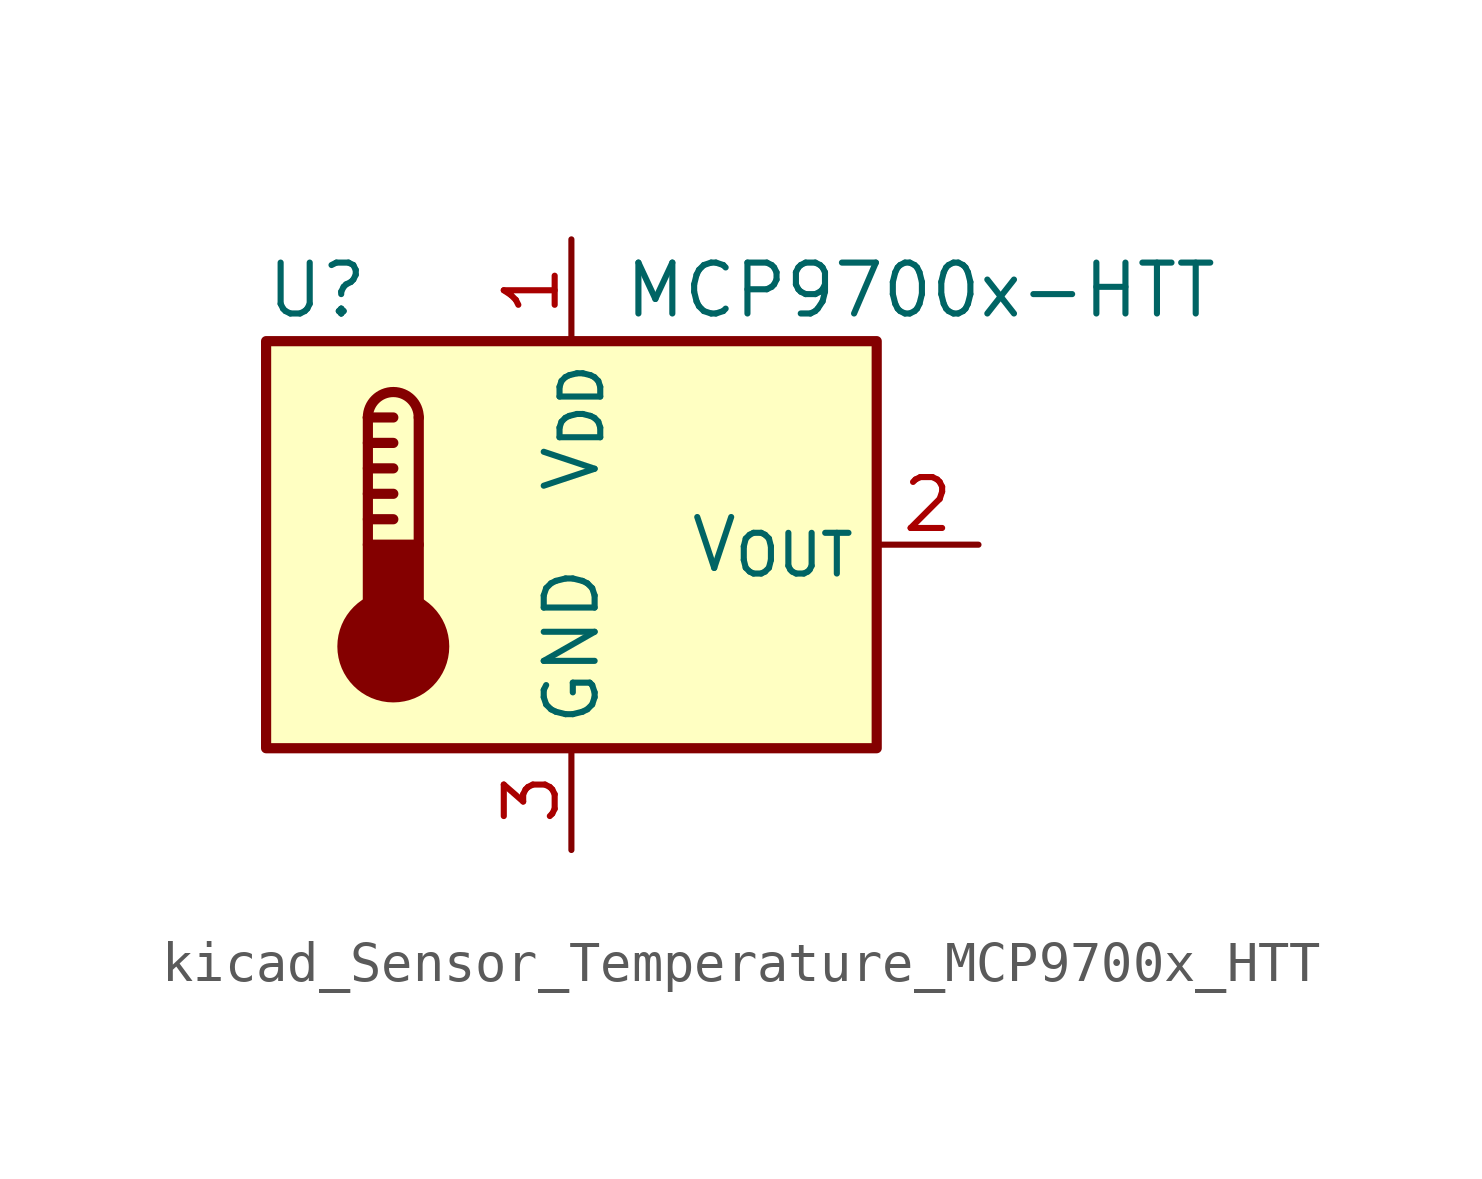
<source format=kicad_sym>
(kicad_symbol_lib
  (version 20220914)
  (generator kicad_symbol_editor)
  (symbol "kicad_Sensor_Temperature_MCP9700x_HTT"
    (property "Reference" "U"
      (at -6.35 6.35 0)
      (effects (font (size 1.27 1.27))))
    (property "Value" "MCP9700x-HTT"
      (at 1.27 6.35 0)
      (effects (font (size 1.27 1.27)) (justify left)))
    (symbol "kicad_Sensor_Temperature_MCP9700x_HTT_0_1"
      (rectangle (start -7.62 5.08) (end 7.62 -5.08) (stroke (width 0.254) (type default)) (fill (type background)))
      (circle (center -4.445 -2.54) (radius 1.27) (stroke (width 0.254) (type default)) (fill (type outline)))
      (rectangle (start -3.81 -1.905) (end -5.08 0) (stroke (width 0.254) (type default)) (fill (type outline)))
      (arc (start -3.81 3.175) (mid -4.445 3.8073) (end -5.08 3.175) (stroke (width 0.254) (type default)) (fill (type none)))
      (polyline (pts (xy -5.08 0.635) (xy -4.445 0.635)) (stroke (width 0.254) (type default)) (fill (type none)))
      (polyline (pts (xy -5.08 1.27) (xy -4.445 1.27)) (stroke (width 0.254) (type default)) (fill (type none)))
      (polyline (pts (xy -5.08 1.905) (xy -4.445 1.905)) (stroke (width 0.254) (type default)) (fill (type none)))
      (polyline (pts (xy -5.08 2.54) (xy -4.445 2.54)) (stroke (width 0.254) (type default)) (fill (type none)))
      (polyline (pts (xy -5.08 3.175) (xy -5.08 0)) (stroke (width 0.254) (type default)) (fill (type none)))
      (polyline (pts (xy -5.08 3.175) (xy -4.445 3.175)) (stroke (width 0.254) (type default)) (fill (type none)))
      (polyline (pts (xy -3.81 3.175) (xy -3.81 0)) (stroke (width 0.254) (type default)) (fill (type none))))
    (symbol "kicad_Sensor_Temperature_MCP9700x_HTT_1_1"
      (pin power_in line (at 0 7.62 270) (length 2.54) (name "V_{DD}" (effects (font (size 1.27 1.27)))) (number "1" (effects (font (size 1.27 1.27)))))
      (pin output line (at 10.16 0 180) (length 2.54) (name "V_{OUT}" (effects (font (size 1.27 1.27)))) (number "2" (effects (font (size 1.27 1.27)))))
      (pin power_in line (at 0 -7.62 90) (length 2.54) (name "GND" (effects (font (size 1.27 1.27)))) (number "3" (effects (font (size 1.27 1.27))))))))
</source>
